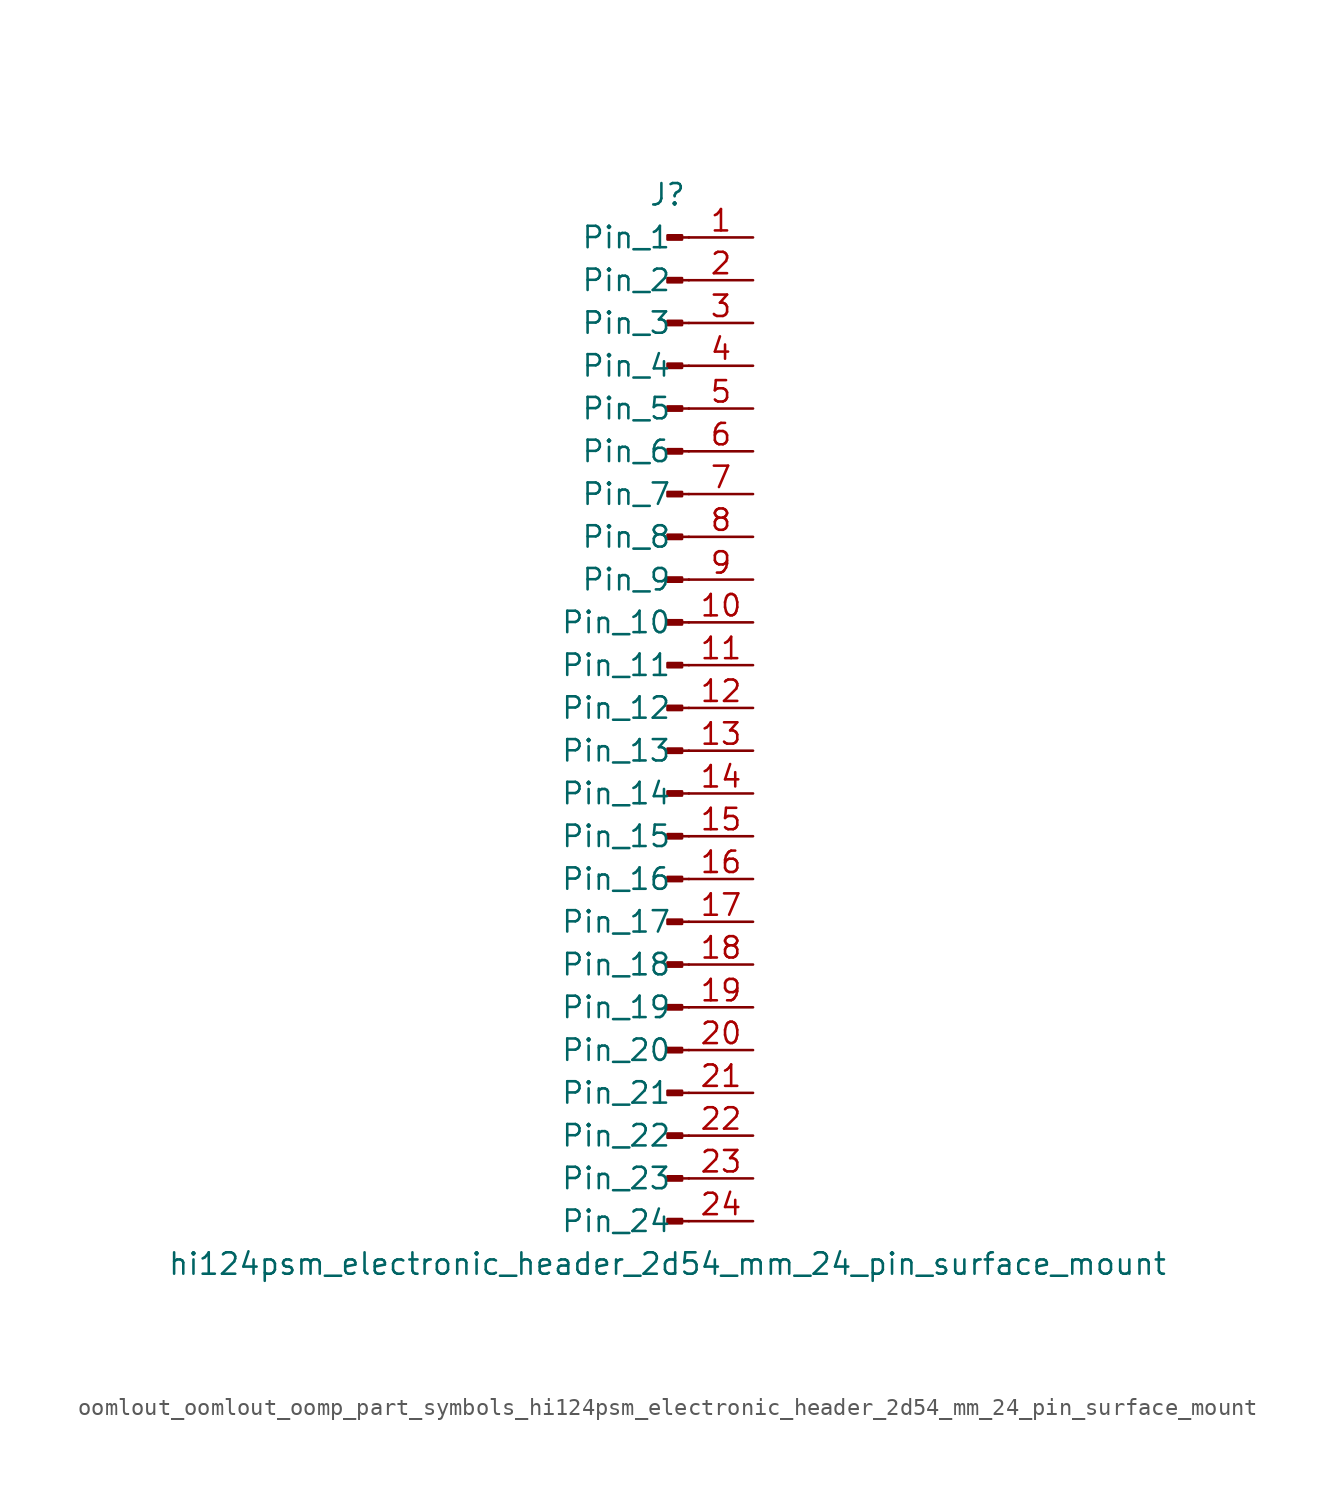
<source format=kicad_sym>
(kicad_symbol_lib
  (version 20220914)
  (generator kicad_symbol_editor)
  (symbol "oomlout_oomlout_oomp_part_symbols_hi124psm_electronic_header_2d54_mm_24_pin_surface_mount"
    (pin_names
      (offset 1.016))
    (property "Reference" "J"
      (at 0 30.48 0)
      (effects (font (size 1.27 1.27))))
    (property "Value" "hi124psm_electronic_header_2d54_mm_24_pin_surface_mount"
      (at 0 -33.02 0)
      (effects (font (size 1.27 1.27))))
    (property "ki_locked" ""
      (at 0 0 0)
      (effects (font (size 1.27 1.27))))
    (symbol "oomlout_oomlout_oomp_part_symbols_hi124psm_electronic_header_2d54_mm_24_pin_surface_mount_1_1"
      (polyline (pts (xy 1.27 -30.48) (xy 0.864 -30.48)) (stroke (width 0.152) (type default)) (fill (type none)))
      (polyline (pts (xy 1.27 -27.94) (xy 0.864 -27.94)) (stroke (width 0.152) (type default)) (fill (type none)))
      (polyline (pts (xy 1.27 -25.4) (xy 0.864 -25.4)) (stroke (width 0.152) (type default)) (fill (type none)))
      (polyline (pts (xy 1.27 -22.86) (xy 0.864 -22.86)) (stroke (width 0.152) (type default)) (fill (type none)))
      (polyline (pts (xy 1.27 -20.32) (xy 0.864 -20.32)) (stroke (width 0.152) (type default)) (fill (type none)))
      (polyline (pts (xy 1.27 -17.78) (xy 0.864 -17.78)) (stroke (width 0.152) (type default)) (fill (type none)))
      (polyline (pts (xy 1.27 -15.24) (xy 0.864 -15.24)) (stroke (width 0.152) (type default)) (fill (type none)))
      (polyline (pts (xy 1.27 -12.7) (xy 0.864 -12.7)) (stroke (width 0.152) (type default)) (fill (type none)))
      (polyline (pts (xy 1.27 -10.16) (xy 0.864 -10.16)) (stroke (width 0.152) (type default)) (fill (type none)))
      (polyline (pts (xy 1.27 -7.62) (xy 0.864 -7.62)) (stroke (width 0.152) (type default)) (fill (type none)))
      (polyline (pts (xy 1.27 -5.08) (xy 0.864 -5.08)) (stroke (width 0.152) (type default)) (fill (type none)))
      (polyline (pts (xy 1.27 -2.54) (xy 0.864 -2.54)) (stroke (width 0.152) (type default)) (fill (type none)))
      (polyline (pts (xy 1.27 0) (xy 0.864 0)) (stroke (width 0.152) (type default)) (fill (type none)))
      (polyline (pts (xy 1.27 2.54) (xy 0.864 2.54)) (stroke (width 0.152) (type default)) (fill (type none)))
      (polyline (pts (xy 1.27 5.08) (xy 0.864 5.08)) (stroke (width 0.152) (type default)) (fill (type none)))
      (polyline (pts (xy 1.27 7.62) (xy 0.864 7.62)) (stroke (width 0.152) (type default)) (fill (type none)))
      (polyline (pts (xy 1.27 10.16) (xy 0.864 10.16)) (stroke (width 0.152) (type default)) (fill (type none)))
      (polyline (pts (xy 1.27 12.7) (xy 0.864 12.7)) (stroke (width 0.152) (type default)) (fill (type none)))
      (polyline (pts (xy 1.27 15.24) (xy 0.864 15.24)) (stroke (width 0.152) (type default)) (fill (type none)))
      (polyline (pts (xy 1.27 17.78) (xy 0.864 17.78)) (stroke (width 0.152) (type default)) (fill (type none)))
      (polyline (pts (xy 1.27 20.32) (xy 0.864 20.32)) (stroke (width 0.152) (type default)) (fill (type none)))
      (polyline (pts (xy 1.27 22.86) (xy 0.864 22.86)) (stroke (width 0.152) (type default)) (fill (type none)))
      (polyline (pts (xy 1.27 25.4) (xy 0.864 25.4)) (stroke (width 0.152) (type default)) (fill (type none)))
      (polyline (pts (xy 1.27 27.94) (xy 0.864 27.94)) (stroke (width 0.152) (type default)) (fill (type none)))
      (rectangle (start 0.864 -30.353) (end 0 -30.607) (stroke (width 0.152) (type default)) (fill (type outline)))
      (rectangle (start 0.864 -27.813) (end 0 -28.067) (stroke (width 0.152) (type default)) (fill (type outline)))
      (rectangle (start 0.864 -25.273) (end 0 -25.527) (stroke (width 0.152) (type default)) (fill (type outline)))
      (rectangle (start 0.864 -22.733) (end 0 -22.987) (stroke (width 0.152) (type default)) (fill (type outline)))
      (rectangle (start 0.864 -20.193) (end 0 -20.447) (stroke (width 0.152) (type default)) (fill (type outline)))
      (rectangle (start 0.864 -17.653) (end 0 -17.907) (stroke (width 0.152) (type default)) (fill (type outline)))
      (rectangle (start 0.864 -15.113) (end 0 -15.367) (stroke (width 0.152) (type default)) (fill (type outline)))
      (rectangle (start 0.864 -12.573) (end 0 -12.827) (stroke (width 0.152) (type default)) (fill (type outline)))
      (rectangle (start 0.864 -10.033) (end 0 -10.287) (stroke (width 0.152) (type default)) (fill (type outline)))
      (rectangle (start 0.864 -7.493) (end 0 -7.747) (stroke (width 0.152) (type default)) (fill (type outline)))
      (rectangle (start 0.864 -4.953) (end 0 -5.207) (stroke (width 0.152) (type default)) (fill (type outline)))
      (rectangle (start 0.864 -2.413) (end 0 -2.667) (stroke (width 0.152) (type default)) (fill (type outline)))
      (rectangle (start 0.864 0.127) (end 0 -0.127) (stroke (width 0.152) (type default)) (fill (type outline)))
      (rectangle (start 0.864 2.667) (end 0 2.413) (stroke (width 0.152) (type default)) (fill (type outline)))
      (rectangle (start 0.864 5.207) (end 0 4.953) (stroke (width 0.152) (type default)) (fill (type outline)))
      (rectangle (start 0.864 7.747) (end 0 7.493) (stroke (width 0.152) (type default)) (fill (type outline)))
      (rectangle (start 0.864 10.287) (end 0 10.033) (stroke (width 0.152) (type default)) (fill (type outline)))
      (rectangle (start 0.864 12.827) (end 0 12.573) (stroke (width 0.152) (type default)) (fill (type outline)))
      (rectangle (start 0.864 15.367) (end 0 15.113) (stroke (width 0.152) (type default)) (fill (type outline)))
      (rectangle (start 0.864 17.907) (end 0 17.653) (stroke (width 0.152) (type default)) (fill (type outline)))
      (rectangle (start 0.864 20.447) (end 0 20.193) (stroke (width 0.152) (type default)) (fill (type outline)))
      (rectangle (start 0.864 22.987) (end 0 22.733) (stroke (width 0.152) (type default)) (fill (type outline)))
      (rectangle (start 0.864 25.527) (end 0 25.273) (stroke (width 0.152) (type default)) (fill (type outline)))
      (rectangle (start 0.864 28.067) (end 0 27.813) (stroke (width 0.152) (type default)) (fill (type outline)))
      (pin passive line (at 5.08 27.94 180) (length 3.81) (name "Pin_1" (effects (font (size 1.27 1.27)))) (number "1" (effects (font (size 1.27 1.27)))))
      (pin passive line (at 5.08 5.08 180) (length 3.81) (name "Pin_10" (effects (font (size 1.27 1.27)))) (number "10" (effects (font (size 1.27 1.27)))))
      (pin passive line (at 5.08 2.54 180) (length 3.81) (name "Pin_11" (effects (font (size 1.27 1.27)))) (number "11" (effects (font (size 1.27 1.27)))))
      (pin passive line (at 5.08 0 180) (length 3.81) (name "Pin_12" (effects (font (size 1.27 1.27)))) (number "12" (effects (font (size 1.27 1.27)))))
      (pin passive line (at 5.08 -2.54 180) (length 3.81) (name "Pin_13" (effects (font (size 1.27 1.27)))) (number "13" (effects (font (size 1.27 1.27)))))
      (pin passive line (at 5.08 -5.08 180) (length 3.81) (name "Pin_14" (effects (font (size 1.27 1.27)))) (number "14" (effects (font (size 1.27 1.27)))))
      (pin passive line (at 5.08 -7.62 180) (length 3.81) (name "Pin_15" (effects (font (size 1.27 1.27)))) (number "15" (effects (font (size 1.27 1.27)))))
      (pin passive line (at 5.08 -10.16 180) (length 3.81) (name "Pin_16" (effects (font (size 1.27 1.27)))) (number "16" (effects (font (size 1.27 1.27)))))
      (pin passive line (at 5.08 -12.7 180) (length 3.81) (name "Pin_17" (effects (font (size 1.27 1.27)))) (number "17" (effects (font (size 1.27 1.27)))))
      (pin passive line (at 5.08 -15.24 180) (length 3.81) (name "Pin_18" (effects (font (size 1.27 1.27)))) (number "18" (effects (font (size 1.27 1.27)))))
      (pin passive line (at 5.08 -17.78 180) (length 3.81) (name "Pin_19" (effects (font (size 1.27 1.27)))) (number "19" (effects (font (size 1.27 1.27)))))
      (pin passive line (at 5.08 25.4 180) (length 3.81) (name "Pin_2" (effects (font (size 1.27 1.27)))) (number "2" (effects (font (size 1.27 1.27)))))
      (pin passive line (at 5.08 -20.32 180) (length 3.81) (name "Pin_20" (effects (font (size 1.27 1.27)))) (number "20" (effects (font (size 1.27 1.27)))))
      (pin passive line (at 5.08 -22.86 180) (length 3.81) (name "Pin_21" (effects (font (size 1.27 1.27)))) (number "21" (effects (font (size 1.27 1.27)))))
      (pin passive line (at 5.08 -25.4 180) (length 3.81) (name "Pin_22" (effects (font (size 1.27 1.27)))) (number "22" (effects (font (size 1.27 1.27)))))
      (pin passive line (at 5.08 -27.94 180) (length 3.81) (name "Pin_23" (effects (font (size 1.27 1.27)))) (number "23" (effects (font (size 1.27 1.27)))))
      (pin passive line (at 5.08 -30.48 180) (length 3.81) (name "Pin_24" (effects (font (size 1.27 1.27)))) (number "24" (effects (font (size 1.27 1.27)))))
      (pin passive line (at 5.08 22.86 180) (length 3.81) (name "Pin_3" (effects (font (size 1.27 1.27)))) (number "3" (effects (font (size 1.27 1.27)))))
      (pin passive line (at 5.08 20.32 180) (length 3.81) (name "Pin_4" (effects (font (size 1.27 1.27)))) (number "4" (effects (font (size 1.27 1.27)))))
      (pin passive line (at 5.08 17.78 180) (length 3.81) (name "Pin_5" (effects (font (size 1.27 1.27)))) (number "5" (effects (font (size 1.27 1.27)))))
      (pin passive line (at 5.08 15.24 180) (length 3.81) (name "Pin_6" (effects (font (size 1.27 1.27)))) (number "6" (effects (font (size 1.27 1.27)))))
      (pin passive line (at 5.08 12.7 180) (length 3.81) (name "Pin_7" (effects (font (size 1.27 1.27)))) (number "7" (effects (font (size 1.27 1.27)))))
      (pin passive line (at 5.08 10.16 180) (length 3.81) (name "Pin_8" (effects (font (size 1.27 1.27)))) (number "8" (effects (font (size 1.27 1.27)))))
      (pin passive line (at 5.08 7.62 180) (length 3.81) (name "Pin_9" (effects (font (size 1.27 1.27)))) (number "9" (effects (font (size 1.27 1.27))))))))
</source>
